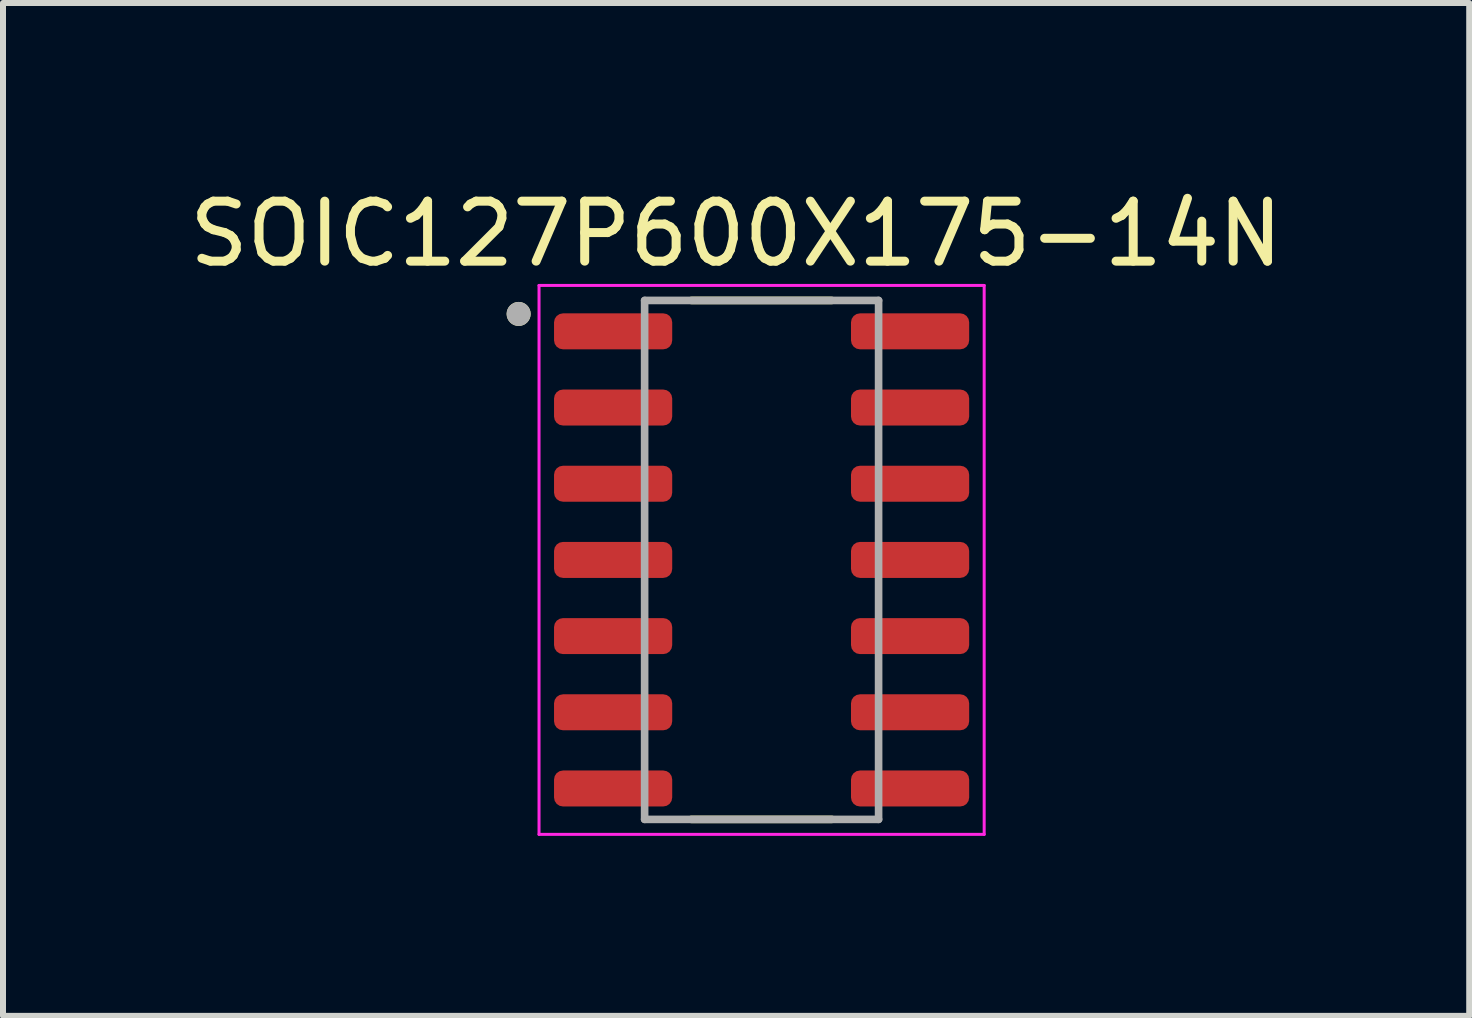
<source format=kicad_pcb>
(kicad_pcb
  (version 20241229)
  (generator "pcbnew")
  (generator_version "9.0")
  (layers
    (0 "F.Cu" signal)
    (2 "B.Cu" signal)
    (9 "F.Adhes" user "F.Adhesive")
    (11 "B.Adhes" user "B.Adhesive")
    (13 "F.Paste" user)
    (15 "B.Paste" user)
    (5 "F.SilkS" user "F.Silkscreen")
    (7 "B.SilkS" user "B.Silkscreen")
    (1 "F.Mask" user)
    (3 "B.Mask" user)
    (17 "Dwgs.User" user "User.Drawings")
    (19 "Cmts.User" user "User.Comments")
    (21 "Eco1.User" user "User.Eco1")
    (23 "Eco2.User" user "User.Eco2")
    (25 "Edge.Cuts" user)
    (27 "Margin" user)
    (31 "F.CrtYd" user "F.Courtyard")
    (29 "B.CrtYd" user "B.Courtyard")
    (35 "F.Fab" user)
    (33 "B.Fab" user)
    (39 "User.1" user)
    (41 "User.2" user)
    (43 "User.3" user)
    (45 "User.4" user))
  (footprint "SOIC127P600X175-14N"
    (layer "F.Cu")
    (at 9.645 6.283)
    (property "Reference" "SOIC127P600X175-14N" (at -0.425 -5.435 0) (layer "F.SilkS") (effects (font (size 1 1) (thickness 0.15))))
    (attr smd)
    (fp_line (start -1.17 -4.325) (end 1.17 -4.325) (stroke (width 0.127) (type solid)) (layer "F.SilkS"))
    (fp_line (start -1.17 4.325) (end 1.17 4.325) (stroke (width 0.127) (type solid)) (layer "F.SilkS"))
    (fp_circle (center -4.05 -4.1) (end -3.95 -4.1) (stroke (width 0.2) (type solid)) (fill no) (layer "F.SilkS"))
    (fp_line (start -3.71 -4.575) (end 3.71 -4.575) (stroke (width 0.05) (type solid)) (layer "F.CrtYd"))
    (fp_line (start -3.71 4.575) (end -3.71 -4.575) (stroke (width 0.05) (type solid)) (layer "F.CrtYd"))
    (fp_line (start 3.71 -4.575) (end 3.71 4.575) (stroke (width 0.05) (type solid)) (layer "F.CrtYd"))
    (fp_line (start 3.71 4.575) (end -3.71 4.575) (stroke (width 0.05) (type solid)) (layer "F.CrtYd"))
    (fp_line (start -1.95 -4.325) (end 1.95 -4.325) (stroke (width 0.127) (type solid)) (layer "F.Fab"))
    (fp_line (start -1.95 4.325) (end -1.95 -4.325) (stroke (width 0.127) (type solid)) (layer "F.Fab"))
    (fp_line (start 1.95 -4.325) (end 1.95 4.325) (stroke (width 0.127) (type solid)) (layer "F.Fab"))
    (fp_line (start 1.95 4.325) (end -1.95 4.325) (stroke (width 0.127) (type solid)) (layer "F.Fab"))
    (fp_circle (center -4.05 -4.1) (end -3.95 -4.1) (stroke (width 0.2) (type solid)) (fill no) (layer "F.Fab"))
    (pad "1" smd roundrect (at -2.475 -3.81) (size 1.97 0.6) (layers "F.Cu" "F.Mask" "F.Paste") (roundrect_rratio 0.25))
    (pad "2" smd roundrect (at -2.475 -2.54) (size 1.97 0.6) (layers "F.Cu" "F.Mask" "F.Paste") (roundrect_rratio 0.25))
    (pad "3" smd roundrect (at -2.475 -1.27) (size 1.97 0.6) (layers "F.Cu" "F.Mask" "F.Paste") (roundrect_rratio 0.25))
    (pad "4" smd roundrect (at -2.475 0) (size 1.97 0.6) (layers "F.Cu" "F.Mask" "F.Paste") (roundrect_rratio 0.25))
    (pad "5" smd roundrect (at -2.475 1.27) (size 1.97 0.6) (layers "F.Cu" "F.Mask" "F.Paste") (roundrect_rratio 0.25))
    (pad "6" smd roundrect (at -2.475 2.54) (size 1.97 0.6) (layers "F.Cu" "F.Mask" "F.Paste") (roundrect_rratio 0.25))
    (pad "7" smd roundrect (at -2.475 3.81) (size 1.97 0.6) (layers "F.Cu" "F.Mask" "F.Paste") (roundrect_rratio 0.25))
    (pad "8" smd roundrect (at 2.475 3.81) (size 1.97 0.6) (layers "F.Cu" "F.Mask" "F.Paste") (roundrect_rratio 0.25))
    (pad "9" smd roundrect (at 2.475 2.54) (size 1.97 0.6) (layers "F.Cu" "F.Mask" "F.Paste") (roundrect_rratio 0.25))
    (pad "10" smd roundrect (at 2.475 1.27) (size 1.97 0.6) (layers "F.Cu" "F.Mask" "F.Paste") (roundrect_rratio 0.25))
    (pad "11" smd roundrect (at 2.475 0) (size 1.97 0.6) (layers "F.Cu" "F.Mask" "F.Paste") (roundrect_rratio 0.25))
    (pad "12" smd roundrect (at 2.475 -1.27) (size 1.97 0.6) (layers "F.Cu" "F.Mask" "F.Paste") (roundrect_rratio 0.25))
    (pad "13" smd roundrect (at 2.475 -2.54) (size 1.97 0.6) (layers "F.Cu" "F.Mask" "F.Paste") (roundrect_rratio 0.25))
    (pad "14" smd roundrect (at 2.475 -3.81) (size 1.97 0.6) (layers "F.Cu" "F.Mask" "F.Paste") (roundrect_rratio 0.25)))
  (gr_rect
    (start -3 -3)
    (end 21.44 13.883)
    (stroke (width 0.1) (type default))
    (fill no)
    (layer "Edge.Cuts")))
</source>
